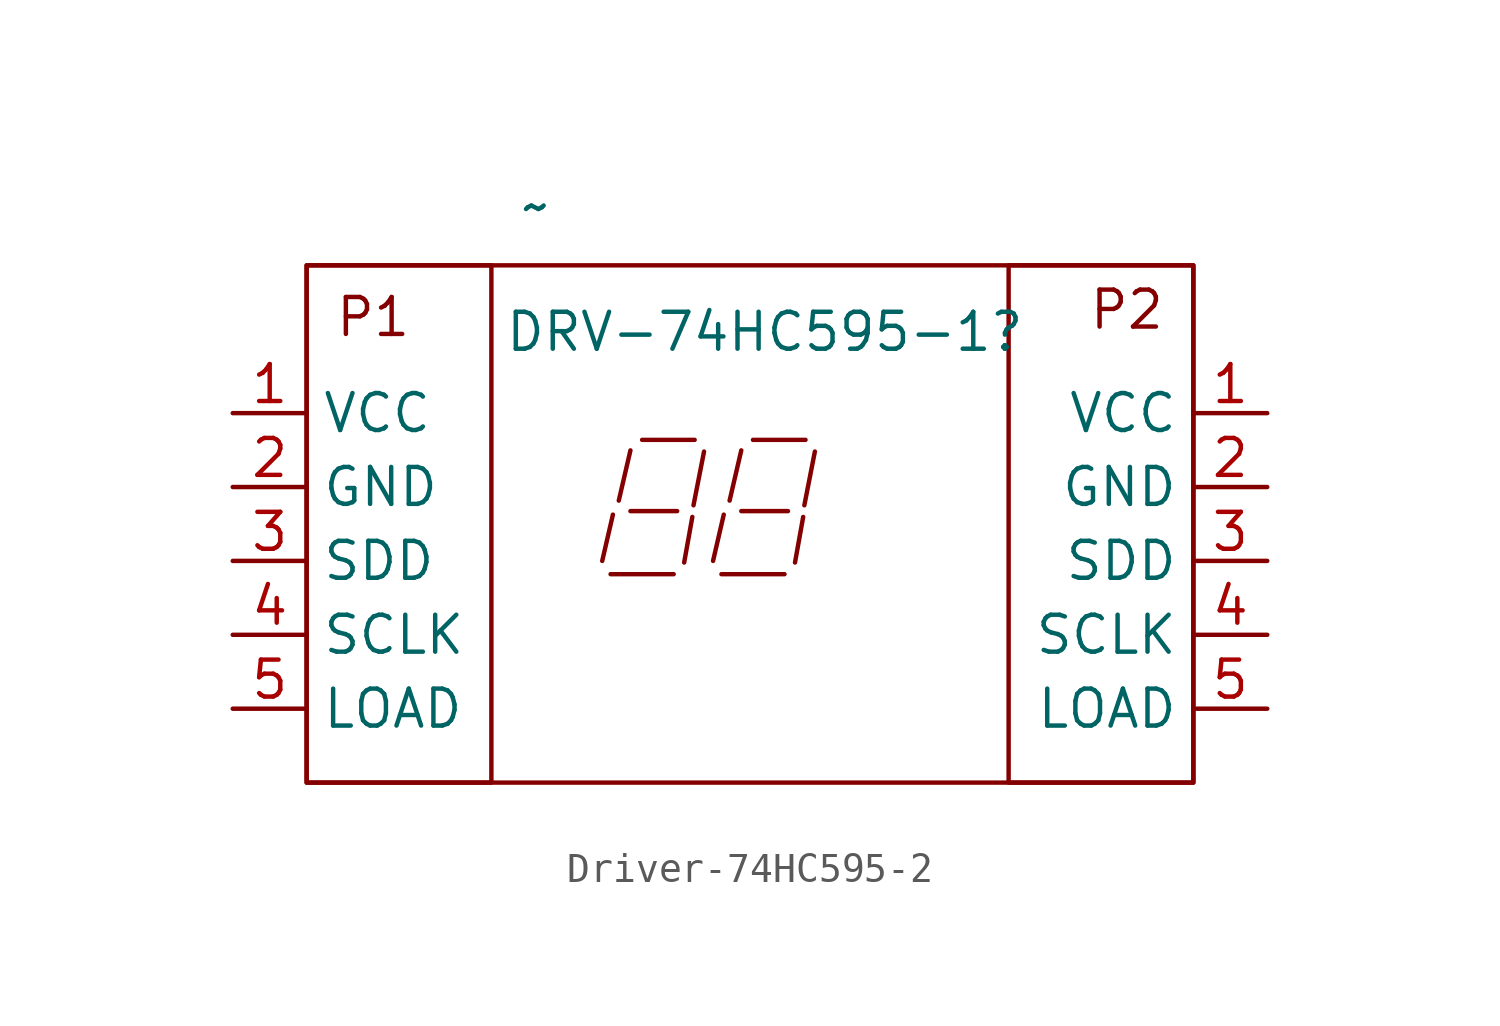
<source format=kicad_sym>
(kicad_symbol_lib
  (version 20231120)
  (generator "kicad_symbol_editor")
  (generator_version "8.0")
  (symbol "Driver-74HC595-2"
    (property "Reference" "DRV-74HC595-1"
      (at -10.922 5.334 0)
      (effects (font (size 1.27 1.27))))
    (property "Value" "~"
      (at -18.796 9.652 0)
      (effects (font (size 1.27 1.27))))
    (symbol "Driver-74HC595-2_0_1"
      (rectangle (start -26.67 7.62) (end 3.81 -10.16) (stroke (width 0) (type default)) (fill (type none)))
      (polyline (pts (xy -16.51 -2.54) (xy -16.142 -0.949)) (stroke (width 0) (type default)) (fill (type none)))
      (polyline (pts (xy -15.941 -0.467) (xy -15.54 1.259)) (stroke (width 0) (type default)) (fill (type none)))
      (polyline (pts (xy -15.54 -0.828) (xy -13.934 -0.828)) (stroke (width 0) (type default)) (fill (type none)))
      (polyline (pts (xy -15.138 1.621) (xy -13.332 1.621)) (stroke (width 0) (type default)) (fill (type none)))
      (polyline (pts (xy -14.054 -2.996) (xy -16.222 -2.996)) (stroke (width 0) (type default)) (fill (type none)))
      (polyline (pts (xy -13.412 -1.029) (xy -13.693 -2.595)) (stroke (width 0) (type default)) (fill (type none)))
      (polyline (pts (xy -13.01 1.219) (xy -13.372 -0.628)) (stroke (width 0) (type default)) (fill (type none)))
      (polyline (pts (xy -12.7 -2.54) (xy -12.332 -0.949)) (stroke (width 0) (type default)) (fill (type none)))
      (polyline (pts (xy -12.131 -0.467) (xy -11.73 1.259)) (stroke (width 0) (type default)) (fill (type none)))
      (polyline (pts (xy -11.73 -0.828) (xy -10.124 -0.828)) (stroke (width 0) (type default)) (fill (type none)))
      (polyline (pts (xy -11.328 1.621) (xy -9.522 1.621)) (stroke (width 0) (type default)) (fill (type none)))
      (polyline (pts (xy -10.244 -2.996) (xy -12.412 -2.996)) (stroke (width 0) (type default)) (fill (type none)))
      (polyline (pts (xy -9.602 -1.029) (xy -9.883 -2.595)) (stroke (width 0) (type default)) (fill (type none)))
      (polyline (pts (xy -9.2 1.219) (xy -9.562 -0.628)) (stroke (width 0) (type default)) (fill (type none))))
    (symbol "Driver-74HC595-2_1_1"
      (rectangle (start -20.32 -10.16) (end -26.67 7.62) (stroke (width 0) (type default)) (fill (type none)))
      (rectangle (start -2.54 -10.16) (end 3.81 7.62) (stroke (width 0) (type default)) (fill (type none)))
      (text "P1" (at -24.384 5.842 0) (effects (font (size 1.27 1.27))))
      (text "P2" (at 1.524 6.096 0) (effects (font (size 1.27 1.27))))
      (pin power_in line (at -29.21 2.54 0) (length 2.54) (name "VCC" (effects (font (size 1.27 1.27)))) (number "1" (effects (font (size 1.27 1.27)))))
      (pin power_in line (at 6.35 2.54 180) (length 2.54) (name "VCC" (effects (font (size 1.27 1.27)))) (number "1" (effects (font (size 1.27 1.27)))))
      (pin power_in line (at -29.21 0 0) (length 2.54) (name "GND" (effects (font (size 1.27 1.27)))) (number "2" (effects (font (size 1.27 1.27)))))
      (pin power_in line (at 6.35 0 180) (length 2.54) (name "GND" (effects (font (size 1.27 1.27)))) (number "2" (effects (font (size 1.27 1.27)))))
      (pin input line (at -29.21 -2.54 0) (length 2.54) (name "SDD" (effects (font (size 1.27 1.27)))) (number "3" (effects (font (size 1.27 1.27)))))
      (pin input line (at 6.35 -2.54 180) (length 2.54) (name "SDD" (effects (font (size 1.27 1.27)))) (number "3" (effects (font (size 1.27 1.27)))))
      (pin input line (at -29.21 -5.08 0) (length 2.54) (name "SCLK" (effects (font (size 1.27 1.27)))) (number "4" (effects (font (size 1.27 1.27)))))
      (pin input line (at 6.35 -5.08 180) (length 2.54) (name "SCLK" (effects (font (size 1.27 1.27)))) (number "4" (effects (font (size 1.27 1.27)))))
      (pin input line (at -29.21 -7.62 0) (length 2.54) (name "LOAD" (effects (font (size 1.27 1.27)))) (number "5" (effects (font (size 1.27 1.27)))))
      (pin input line (at 6.35 -7.62 180) (length 2.54) (name "LOAD" (effects (font (size 1.27 1.27)))) (number "5" (effects (font (size 1.27 1.27))))))))
</source>
